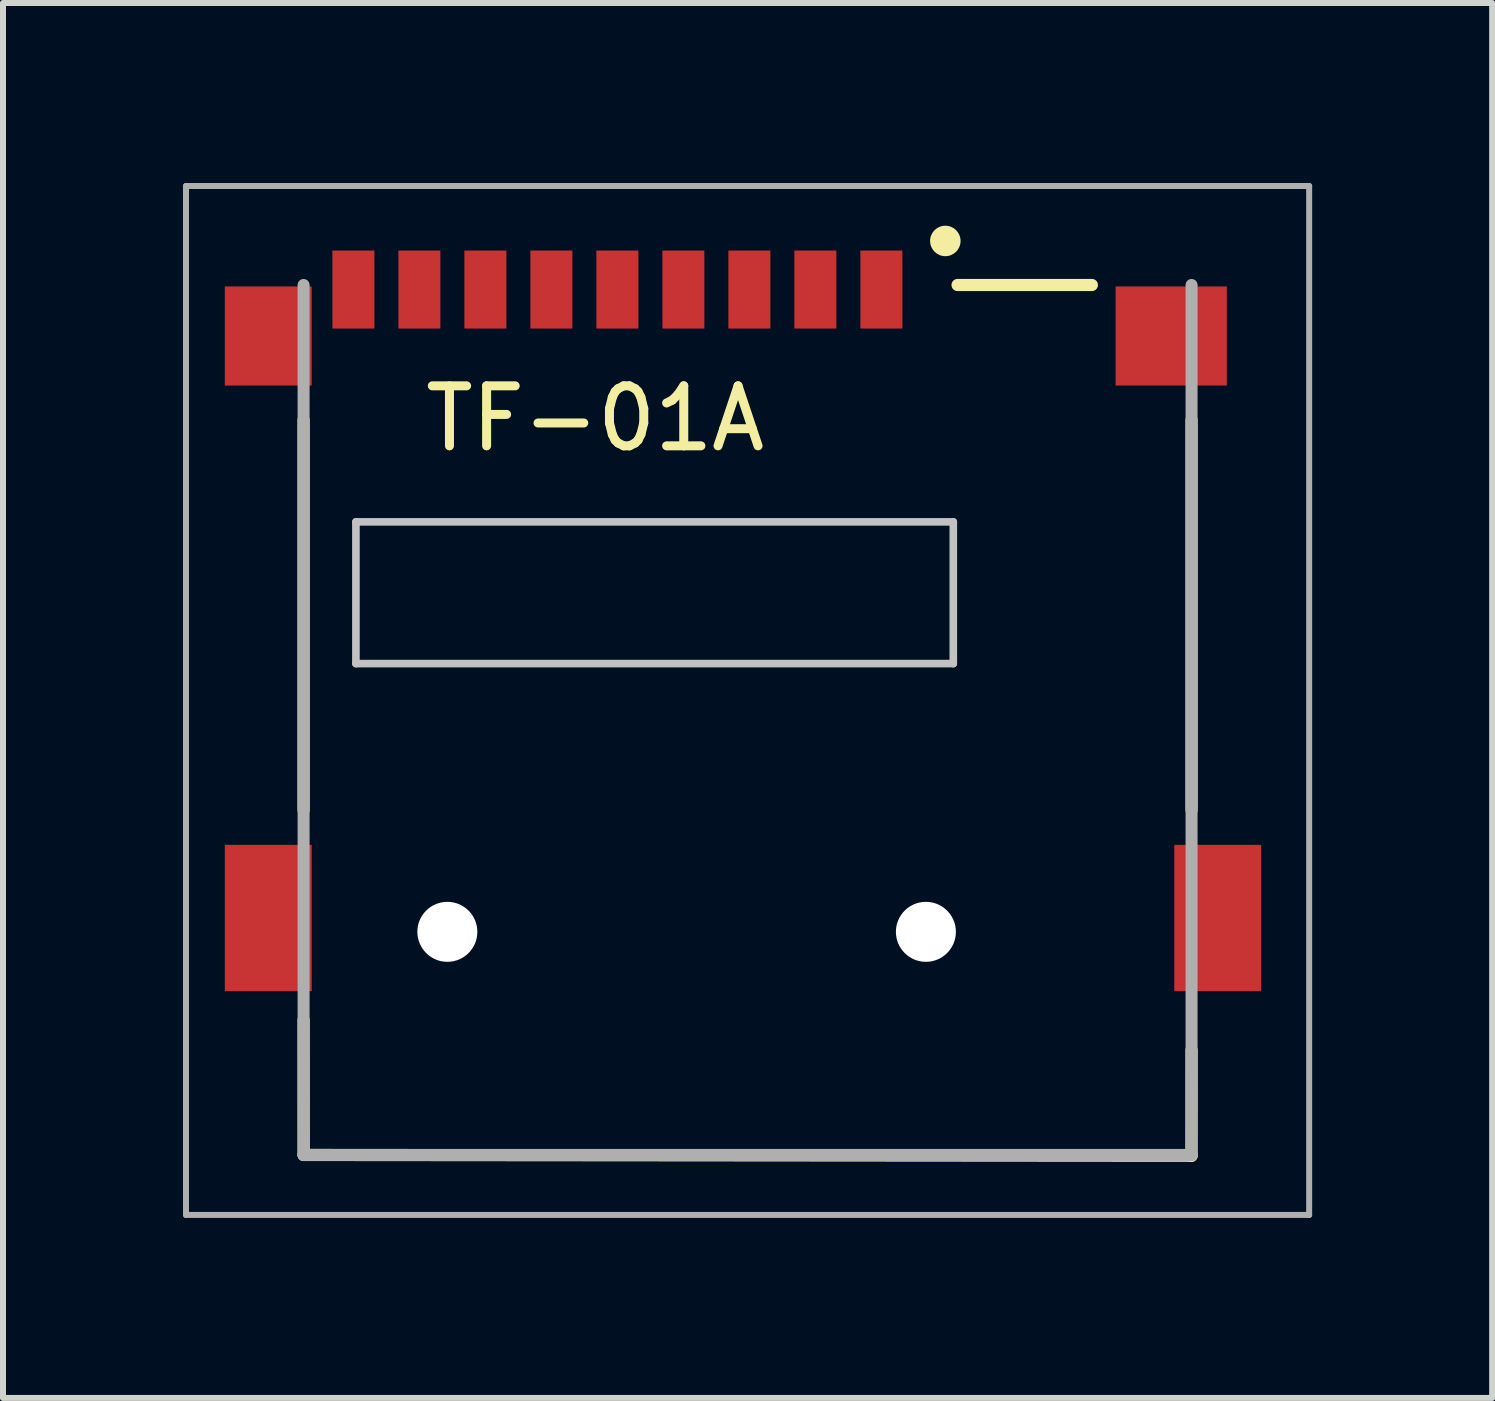
<source format=kicad_pcb>
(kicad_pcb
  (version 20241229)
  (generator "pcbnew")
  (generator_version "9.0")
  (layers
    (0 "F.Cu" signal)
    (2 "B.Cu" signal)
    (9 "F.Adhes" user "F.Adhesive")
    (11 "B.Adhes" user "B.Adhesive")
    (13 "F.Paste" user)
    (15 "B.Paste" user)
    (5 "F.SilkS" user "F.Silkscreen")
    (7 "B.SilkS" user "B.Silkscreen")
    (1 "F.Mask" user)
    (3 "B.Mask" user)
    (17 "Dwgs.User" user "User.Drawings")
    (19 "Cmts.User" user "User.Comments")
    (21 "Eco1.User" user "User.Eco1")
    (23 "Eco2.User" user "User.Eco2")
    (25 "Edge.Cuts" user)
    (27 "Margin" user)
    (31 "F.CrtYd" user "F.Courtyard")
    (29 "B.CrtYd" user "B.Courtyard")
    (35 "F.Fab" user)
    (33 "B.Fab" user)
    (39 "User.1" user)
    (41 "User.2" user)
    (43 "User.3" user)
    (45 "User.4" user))
  (footprint "TF-01A"
    (layer "F.Cu")
    (at 9.41 8.95)
    (property "Reference" "TF-01A" (at -2.54 -5.024 0) (layer "F.SilkS") (effects (font (size 1 1) (thickness 0.15))))
    (attr smd)
    (fp_line (start -7.4 -5) (end -7.4 1.5) (stroke (width 0.203) (type solid)) (layer "F.SilkS"))
    (fp_line (start -7.4 5) (end -7.399 7.25) (stroke (width 0.203) (type solid)) (layer "F.SilkS"))
    (fp_line (start -7.399 7.25) (end 7.399 7.263) (stroke (width 0.203) (type solid)) (layer "F.SilkS"))
    (fp_line (start 3.5 -7.25) (end 5.738 -7.25) (stroke (width 0.203) (type solid)) (layer "F.SilkS"))
    (fp_line (start 7.399 7.263) (end 7.4 5.5) (stroke (width 0.203) (type solid)) (layer "F.SilkS"))
    (fp_line (start 7.4 1.5) (end 7.4 -5) (stroke (width 0.203) (type solid)) (layer "F.SilkS"))
    (fp_circle (center 3.296 -7.984) (end 3.55 -7.984) (stroke (width 0) (type solid)) (fill yes) (layer "F.SilkS"))
    (fp_line (start -6.528 -3.302) (end -6.528 -0.94) (stroke (width 0.127) (type solid)) (layer "Dwgs.User"))
    (fp_line (start -6.528 -0.94) (end 3.429 -0.94) (stroke (width 0.127) (type solid)) (layer "Dwgs.User"))
    (fp_line (start 3.429 -3.302) (end -6.528 -3.302) (stroke (width 0.127) (type solid)) (layer "Dwgs.User"))
    (fp_line (start 3.429 -0.94) (end 3.429 -3.302) (stroke (width 0.127) (type solid)) (layer "Dwgs.User"))
    (fp_line (start -9.36 -8.9) (end 9.36 -8.9) (stroke (width 0.1) (type solid)) (layer "F.Fab"))
    (fp_line (start -9.36 8.25) (end -9.36 -8.9) (stroke (width 0.1) (type solid)) (layer "F.Fab"))
    (fp_line (start -7.4 7.25) (end -7.4 -7.25) (stroke (width 0.2) (type solid)) (layer "F.Fab"))
    (fp_line (start 7.4 -7.25) (end 7.4 7.25) (stroke (width 0.2) (type solid)) (layer "F.Fab"))
    (fp_line (start 7.4 7.25) (end -7.4 7.25) (stroke (width 0.2) (type solid)) (layer "F.Fab"))
    (fp_line (start 9.36 -8.9) (end 9.36 8.25) (stroke (width 0.1) (type solid)) (layer "F.Fab"))
    (fp_line (start 9.36 8.25) (end -9.36 8.25) (stroke (width 0.1) (type solid)) (layer "F.Fab"))
    (pad "" np_thru_hole circle (at -5.004 3.531) (size 1 1) (drill 1) (layers "*.Cu" "*.Mask"))
    (pad "" np_thru_hole circle (at 2.972 3.531) (size 1 1) (drill 1) (layers "*.Cu" "*.Mask"))
    (pad "1" smd rect (at 2.23 -7.174 90) (size 1.3 0.7) (layers "F.Cu" "F.Mask" "F.Paste"))
    (pad "2" smd rect (at 1.13 -7.174 90) (size 1.3 0.7) (layers "F.Cu" "F.Mask" "F.Paste"))
    (pad "3" smd rect (at 0.03 -7.174 90) (size 1.3 0.7) (layers "F.Cu" "F.Mask" "F.Paste"))
    (pad "4" smd rect (at -1.07 -7.174 90) (size 1.3 0.7) (layers "F.Cu" "F.Mask" "F.Paste"))
    (pad "5" smd rect (at -2.17 -7.174 90) (size 1.3 0.7) (layers "F.Cu" "F.Mask" "F.Paste"))
    (pad "6" smd rect (at -3.27 -7.174 90) (size 1.3 0.7) (layers "F.Cu" "F.Mask" "F.Paste"))
    (pad "7" smd rect (at -4.37 -7.174 90) (size 1.3 0.7) (layers "F.Cu" "F.Mask" "F.Paste"))
    (pad "8" smd rect (at -5.47 -7.174 90) (size 1.3 0.7) (layers "F.Cu" "F.Mask" "F.Paste"))
    (pad "CD1" smd rect (at -6.57 -7.174 90) (size 1.3 0.7) (layers "F.Cu" "F.Mask" "F.Paste"))
    (pad "MP1" smd rect (at -7.989 -6.4 90) (size 1.651 1.448) (layers "F.Cu" "F.Mask" "F.Paste"))
    (pad "MP2" smd rect (at -7.989 3.3 90) (size 2.438 1.448) (layers "F.Cu" "F.Mask" "F.Paste"))
    (pad "MP3" smd rect (at 7.836 3.3 90) (size 2.438 1.448) (layers "F.Cu" "F.Mask" "F.Paste"))
    (pad "MP4" smd rect (at 7.061 -6.4 90) (size 1.651 1.854) (layers "F.Cu" "F.Mask" "F.Paste")))
  (gr_rect
    (start -3 -3)
    (end 21.82 20.25)
    (stroke (width 0.1) (type default))
    (fill no)
    (layer "Edge.Cuts")))
</source>
